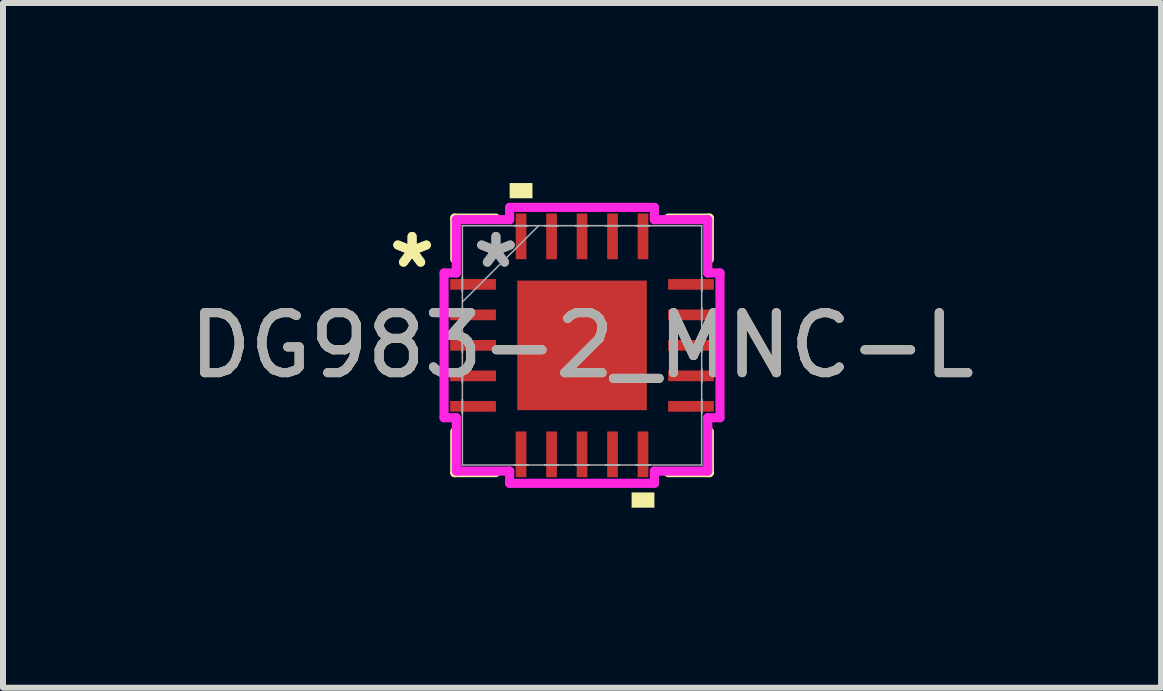
<source format=kicad_pcb>
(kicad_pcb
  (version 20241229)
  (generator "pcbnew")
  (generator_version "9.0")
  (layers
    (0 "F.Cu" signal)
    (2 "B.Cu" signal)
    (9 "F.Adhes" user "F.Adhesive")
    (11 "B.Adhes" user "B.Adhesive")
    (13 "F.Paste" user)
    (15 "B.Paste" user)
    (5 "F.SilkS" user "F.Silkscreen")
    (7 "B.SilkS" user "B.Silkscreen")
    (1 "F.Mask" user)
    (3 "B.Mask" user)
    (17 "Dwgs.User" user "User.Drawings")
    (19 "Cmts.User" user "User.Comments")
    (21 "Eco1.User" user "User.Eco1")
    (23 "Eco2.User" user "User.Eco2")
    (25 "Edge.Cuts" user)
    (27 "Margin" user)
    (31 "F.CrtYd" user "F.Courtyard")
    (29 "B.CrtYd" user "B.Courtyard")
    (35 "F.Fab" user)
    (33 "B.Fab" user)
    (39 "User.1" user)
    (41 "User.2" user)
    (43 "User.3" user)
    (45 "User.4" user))
  (footprint "DG983-2_MNC-L"
    (layer "F.Cu")
    (at 6.649 2.705)
    (property "Reference" "DG983-2_MNC-L" (at 0 0 0) (unlocked yes) (layer "F.SilkS") (effects (font (size 1 1) (thickness 0.15))))
    (attr smd)
    (fp_line (start -2.121 -2.121) (end -2.121 -1.438) (stroke (width 0.152) (type solid)) (layer "F.SilkS"))
    (fp_line (start -2.121 1.438) (end -2.121 2.121) (stroke (width 0.152) (type solid)) (layer "F.SilkS"))
    (fp_line (start -2.121 2.121) (end -1.438 2.121) (stroke (width 0.152) (type solid)) (layer "F.SilkS"))
    (fp_line (start -1.438 -2.121) (end -2.121 -2.121) (stroke (width 0.152) (type solid)) (layer "F.SilkS"))
    (fp_line (start 1.438 2.121) (end 2.121 2.121) (stroke (width 0.152) (type solid)) (layer "F.SilkS"))
    (fp_line (start 2.121 -2.121) (end 1.438 -2.121) (stroke (width 0.152) (type solid)) (layer "F.SilkS"))
    (fp_line (start 2.121 -1.438) (end 2.121 -2.121) (stroke (width 0.152) (type solid)) (layer "F.SilkS"))
    (fp_line (start 2.121 2.121) (end 2.121 1.438) (stroke (width 0.152) (type solid)) (layer "F.SilkS"))
    (fp_poly (pts (xy -1.206 -2.451) (xy -1.206 -2.705) (xy -0.826 -2.705) (xy -0.826 -2.451)) (stroke (width 0) (type solid)) (fill yes) (layer "F.SilkS"))
    (fp_poly (pts (xy 0.826 2.451) (xy 0.826 2.705) (xy 1.206 2.705) (xy 1.206 2.451)) (stroke (width 0) (type solid)) (fill yes) (layer "F.SilkS"))
    (fp_line (start -2.299 -1.206) (end -2.095 -1.206) (stroke (width 0.152) (type solid)) (layer "F.CrtYd"))
    (fp_line (start -2.299 1.206) (end -2.299 -1.206) (stroke (width 0.152) (type solid)) (layer "F.CrtYd"))
    (fp_line (start -2.095 -2.095) (end -1.206 -2.095) (stroke (width 0.152) (type solid)) (layer "F.CrtYd"))
    (fp_line (start -2.095 -1.206) (end -2.095 -2.095) (stroke (width 0.152) (type solid)) (layer "F.CrtYd"))
    (fp_line (start -2.095 1.206) (end -2.299 1.206) (stroke (width 0.152) (type solid)) (layer "F.CrtYd"))
    (fp_line (start -2.095 2.095) (end -2.095 1.206) (stroke (width 0.152) (type solid)) (layer "F.CrtYd"))
    (fp_line (start -1.206 -2.299) (end 1.206 -2.299) (stroke (width 0.152) (type solid)) (layer "F.CrtYd"))
    (fp_line (start -1.206 -2.095) (end -1.206 -2.299) (stroke (width 0.152) (type solid)) (layer "F.CrtYd"))
    (fp_line (start -1.206 2.095) (end -2.095 2.095) (stroke (width 0.152) (type solid)) (layer "F.CrtYd"))
    (fp_line (start -1.206 2.299) (end -1.206 2.095) (stroke (width 0.152) (type solid)) (layer "F.CrtYd"))
    (fp_line (start 1.206 -2.299) (end 1.206 -2.095) (stroke (width 0.152) (type solid)) (layer "F.CrtYd"))
    (fp_line (start 1.206 -2.095) (end 2.095 -2.095) (stroke (width 0.152) (type solid)) (layer "F.CrtYd"))
    (fp_line (start 1.206 2.095) (end 1.206 2.299) (stroke (width 0.152) (type solid)) (layer "F.CrtYd"))
    (fp_line (start 1.206 2.299) (end -1.206 2.299) (stroke (width 0.152) (type solid)) (layer "F.CrtYd"))
    (fp_line (start 2.095 -2.095) (end 2.095 -1.206) (stroke (width 0.152) (type solid)) (layer "F.CrtYd"))
    (fp_line (start 2.095 -1.206) (end 2.299 -1.206) (stroke (width 0.152) (type solid)) (layer "F.CrtYd"))
    (fp_line (start 2.095 1.206) (end 2.095 2.095) (stroke (width 0.152) (type solid)) (layer "F.CrtYd"))
    (fp_line (start 2.095 2.095) (end 1.206 2.095) (stroke (width 0.152) (type solid)) (layer "F.CrtYd"))
    (fp_line (start 2.299 -1.206) (end 2.299 1.206) (stroke (width 0.152) (type solid)) (layer "F.CrtYd"))
    (fp_line (start 2.299 1.206) (end 2.095 1.206) (stroke (width 0.152) (type solid)) (layer "F.CrtYd"))
    (fp_line (start -1.994 -1.994) (end -1.994 -1.994) (stroke (width 0.025) (type solid)) (layer "F.Fab"))
    (fp_line (start -1.994 -1.994) (end -1.994 1.994) (stroke (width 0.025) (type solid)) (layer "F.Fab"))
    (fp_line (start -1.994 -1.13) (end -1.994 -1.13) (stroke (width 0.025) (type solid)) (layer "F.Fab"))
    (fp_line (start -1.994 -1.13) (end -1.994 -0.902) (stroke (width 0.025) (type solid)) (layer "F.Fab"))
    (fp_line (start -1.994 -0.902) (end -1.994 -1.13) (stroke (width 0.025) (type solid)) (layer "F.Fab"))
    (fp_line (start -1.994 -0.902) (end -1.994 -0.902) (stroke (width 0.025) (type solid)) (layer "F.Fab"))
    (fp_line (start -1.994 -0.724) (end -0.724 -1.994) (stroke (width 0.025) (type solid)) (layer "F.Fab"))
    (fp_line (start -1.994 -0.622) (end -1.994 -0.622) (stroke (width 0.025) (type solid)) (layer "F.Fab"))
    (fp_line (start -1.994 -0.622) (end -1.994 -0.394) (stroke (width 0.025) (type solid)) (layer "F.Fab"))
    (fp_line (start -1.994 -0.394) (end -1.994 -0.622) (stroke (width 0.025) (type solid)) (layer "F.Fab"))
    (fp_line (start -1.994 -0.394) (end -1.994 -0.394) (stroke (width 0.025) (type solid)) (layer "F.Fab"))
    (fp_line (start -1.994 -0.114) (end -1.994 -0.114) (stroke (width 0.025) (type solid)) (layer "F.Fab"))
    (fp_line (start -1.994 -0.114) (end -1.994 0.114) (stroke (width 0.025) (type solid)) (layer "F.Fab"))
    (fp_line (start -1.994 0.114) (end -1.994 -0.114) (stroke (width 0.025) (type solid)) (layer "F.Fab"))
    (fp_line (start -1.994 0.114) (end -1.994 0.114) (stroke (width 0.025) (type solid)) (layer "F.Fab"))
    (fp_line (start -1.994 0.394) (end -1.994 0.394) (stroke (width 0.025) (type solid)) (layer "F.Fab"))
    (fp_line (start -1.994 0.394) (end -1.994 0.622) (stroke (width 0.025) (type solid)) (layer "F.Fab"))
    (fp_line (start -1.994 0.622) (end -1.994 0.394) (stroke (width 0.025) (type solid)) (layer "F.Fab"))
    (fp_line (start -1.994 0.622) (end -1.994 0.622) (stroke (width 0.025) (type solid)) (layer "F.Fab"))
    (fp_line (start -1.994 0.902) (end -1.994 0.902) (stroke (width 0.025) (type solid)) (layer "F.Fab"))
    (fp_line (start -1.994 0.902) (end -1.994 1.13) (stroke (width 0.025) (type solid)) (layer "F.Fab"))
    (fp_line (start -1.994 1.13) (end -1.994 0.902) (stroke (width 0.025) (type solid)) (layer "F.Fab"))
    (fp_line (start -1.994 1.13) (end -1.994 1.13) (stroke (width 0.025) (type solid)) (layer "F.Fab"))
    (fp_line (start -1.994 1.994) (end -1.994 1.994) (stroke (width 0.025) (type solid)) (layer "F.Fab"))
    (fp_line (start -1.994 1.994) (end 1.994 1.994) (stroke (width 0.025) (type solid)) (layer "F.Fab"))
    (fp_line (start -1.13 -1.994) (end -1.13 -1.994) (stroke (width 0.025) (type solid)) (layer "F.Fab"))
    (fp_line (start -1.13 -1.994) (end -0.902 -1.994) (stroke (width 0.025) (type solid)) (layer "F.Fab"))
    (fp_line (start -1.13 1.994) (end -1.13 1.994) (stroke (width 0.025) (type solid)) (layer "F.Fab"))
    (fp_line (start -1.13 1.994) (end -0.902 1.994) (stroke (width 0.025) (type solid)) (layer "F.Fab"))
    (fp_line (start -0.902 -1.994) (end -1.13 -1.994) (stroke (width 0.025) (type solid)) (layer "F.Fab"))
    (fp_line (start -0.902 -1.994) (end -0.902 -1.994) (stroke (width 0.025) (type solid)) (layer "F.Fab"))
    (fp_line (start -0.902 1.994) (end -1.13 1.994) (stroke (width 0.025) (type solid)) (layer "F.Fab"))
    (fp_line (start -0.902 1.994) (end -0.902 1.994) (stroke (width 0.025) (type solid)) (layer "F.Fab"))
    (fp_line (start -0.622 -1.994) (end -0.622 -1.994) (stroke (width 0.025) (type solid)) (layer "F.Fab"))
    (fp_line (start -0.622 -1.994) (end -0.394 -1.994) (stroke (width 0.025) (type solid)) (layer "F.Fab"))
    (fp_line (start -0.622 1.994) (end -0.622 1.994) (stroke (width 0.025) (type solid)) (layer "F.Fab"))
    (fp_line (start -0.622 1.994) (end -0.394 1.994) (stroke (width 0.025) (type solid)) (layer "F.Fab"))
    (fp_line (start -0.394 -1.994) (end -0.622 -1.994) (stroke (width 0.025) (type solid)) (layer "F.Fab"))
    (fp_line (start -0.394 -1.994) (end -0.394 -1.994) (stroke (width 0.025) (type solid)) (layer "F.Fab"))
    (fp_line (start -0.394 1.994) (end -0.622 1.994) (stroke (width 0.025) (type solid)) (layer "F.Fab"))
    (fp_line (start -0.394 1.994) (end -0.394 1.994) (stroke (width 0.025) (type solid)) (layer "F.Fab"))
    (fp_line (start -0.114 -1.994) (end -0.114 -1.994) (stroke (width 0.025) (type solid)) (layer "F.Fab"))
    (fp_line (start -0.114 -1.994) (end 0.114 -1.994) (stroke (width 0.025) (type solid)) (layer "F.Fab"))
    (fp_line (start -0.114 1.994) (end -0.114 1.994) (stroke (width 0.025) (type solid)) (layer "F.Fab"))
    (fp_line (start -0.114 1.994) (end 0.114 1.994) (stroke (width 0.025) (type solid)) (layer "F.Fab"))
    (fp_line (start 0.114 -1.994) (end -0.114 -1.994) (stroke (width 0.025) (type solid)) (layer "F.Fab"))
    (fp_line (start 0.114 -1.994) (end 0.114 -1.994) (stroke (width 0.025) (type solid)) (layer "F.Fab"))
    (fp_line (start 0.114 1.994) (end -0.114 1.994) (stroke (width 0.025) (type solid)) (layer "F.Fab"))
    (fp_line (start 0.114 1.994) (end 0.114 1.994) (stroke (width 0.025) (type solid)) (layer "F.Fab"))
    (fp_line (start 0.394 -1.994) (end 0.394 -1.994) (stroke (width 0.025) (type solid)) (layer "F.Fab"))
    (fp_line (start 0.394 -1.994) (end 0.622 -1.994) (stroke (width 0.025) (type solid)) (layer "F.Fab"))
    (fp_line (start 0.394 1.994) (end 0.394 1.994) (stroke (width 0.025) (type solid)) (layer "F.Fab"))
    (fp_line (start 0.394 1.994) (end 0.622 1.994) (stroke (width 0.025) (type solid)) (layer "F.Fab"))
    (fp_line (start 0.622 -1.994) (end 0.394 -1.994) (stroke (width 0.025) (type solid)) (layer "F.Fab"))
    (fp_line (start 0.622 -1.994) (end 0.622 -1.994) (stroke (width 0.025) (type solid)) (layer "F.Fab"))
    (fp_line (start 0.622 1.994) (end 0.394 1.994) (stroke (width 0.025) (type solid)) (layer "F.Fab"))
    (fp_line (start 0.622 1.994) (end 0.622 1.994) (stroke (width 0.025) (type solid)) (layer "F.Fab"))
    (fp_line (start 0.902 -1.994) (end 0.902 -1.994) (stroke (width 0.025) (type solid)) (layer "F.Fab"))
    (fp_line (start 0.902 -1.994) (end 1.13 -1.994) (stroke (width 0.025) (type solid)) (layer "F.Fab"))
    (fp_line (start 0.902 1.994) (end 0.902 1.994) (stroke (width 0.025) (type solid)) (layer "F.Fab"))
    (fp_line (start 0.902 1.994) (end 1.13 1.994) (stroke (width 0.025) (type solid)) (layer "F.Fab"))
    (fp_line (start 1.13 -1.994) (end 0.902 -1.994) (stroke (width 0.025) (type solid)) (layer "F.Fab"))
    (fp_line (start 1.13 -1.994) (end 1.13 -1.994) (stroke (width 0.025) (type solid)) (layer "F.Fab"))
    (fp_line (start 1.13 1.994) (end 0.902 1.994) (stroke (width 0.025) (type solid)) (layer "F.Fab"))
    (fp_line (start 1.13 1.994) (end 1.13 1.994) (stroke (width 0.025) (type solid)) (layer "F.Fab"))
    (fp_line (start 1.994 -1.994) (end -1.994 -1.994) (stroke (width 0.025) (type solid)) (layer "F.Fab"))
    (fp_line (start 1.994 -1.994) (end 1.994 -1.994) (stroke (width 0.025) (type solid)) (layer "F.Fab"))
    (fp_line (start 1.994 -1.13) (end 1.994 -1.13) (stroke (width 0.025) (type solid)) (layer "F.Fab"))
    (fp_line (start 1.994 -1.13) (end 1.994 -0.902) (stroke (width 0.025) (type solid)) (layer "F.Fab"))
    (fp_line (start 1.994 -0.902) (end 1.994 -1.13) (stroke (width 0.025) (type solid)) (layer "F.Fab"))
    (fp_line (start 1.994 -0.902) (end 1.994 -0.902) (stroke (width 0.025) (type solid)) (layer "F.Fab"))
    (fp_line (start 1.994 -0.622) (end 1.994 -0.622) (stroke (width 0.025) (type solid)) (layer "F.Fab"))
    (fp_line (start 1.994 -0.622) (end 1.994 -0.394) (stroke (width 0.025) (type solid)) (layer "F.Fab"))
    (fp_line (start 1.994 -0.394) (end 1.994 -0.622) (stroke (width 0.025) (type solid)) (layer "F.Fab"))
    (fp_line (start 1.994 -0.394) (end 1.994 -0.394) (stroke (width 0.025) (type solid)) (layer "F.Fab"))
    (fp_line (start 1.994 -0.114) (end 1.994 -0.114) (stroke (width 0.025) (type solid)) (layer "F.Fab"))
    (fp_line (start 1.994 -0.114) (end 1.994 0.114) (stroke (width 0.025) (type solid)) (layer "F.Fab"))
    (fp_line (start 1.994 0.114) (end 1.994 -0.114) (stroke (width 0.025) (type solid)) (layer "F.Fab"))
    (fp_line (start 1.994 0.114) (end 1.994 0.114) (stroke (width 0.025) (type solid)) (layer "F.Fab"))
    (fp_line (start 1.994 0.394) (end 1.994 0.394) (stroke (width 0.025) (type solid)) (layer "F.Fab"))
    (fp_line (start 1.994 0.394) (end 1.994 0.622) (stroke (width 0.025) (type solid)) (layer "F.Fab"))
    (fp_line (start 1.994 0.622) (end 1.994 0.394) (stroke (width 0.025) (type solid)) (layer "F.Fab"))
    (fp_line (start 1.994 0.622) (end 1.994 0.622) (stroke (width 0.025) (type solid)) (layer "F.Fab"))
    (fp_line (start 1.994 0.902) (end 1.994 0.902) (stroke (width 0.025) (type solid)) (layer "F.Fab"))
    (fp_line (start 1.994 0.902) (end 1.994 1.13) (stroke (width 0.025) (type solid)) (layer "F.Fab"))
    (fp_line (start 1.994 1.13) (end 1.994 0.902) (stroke (width 0.025) (type solid)) (layer "F.Fab"))
    (fp_line (start 1.994 1.13) (end 1.994 1.13) (stroke (width 0.025) (type solid)) (layer "F.Fab"))
    (fp_line (start 1.994 1.994) (end 1.994 -1.994) (stroke (width 0.025) (type solid)) (layer "F.Fab"))
    (fp_line (start 1.994 1.994) (end 1.994 1.994) (stroke (width 0.025) (type solid)) (layer "F.Fab"))
    (fp_text user "*" (at -2.832 -1.27 0) (unlocked yes) (layer "F.SilkS") (effects (font (size 1 1) (thickness 0.15))))
    (fp_text user "*" (at -2.832 -1.27 0) (layer "F.SilkS") (effects (font (size 1 1) (thickness 0.15))))
    (fp_text user "*" (at -1.435 -1.27 0) (unlocked yes) (layer "F.Fab") (effects (font (size 1 1) (thickness 0.15))))
    (fp_text user "*" (at -1.435 -1.27 0) (layer "F.Fab") (effects (font (size 1 1) (thickness 0.15))))
    (fp_text user "${REFERENCE}" (at 0 0 0) (unlocked yes) (layer "F.Fab") (effects (font (size 1 1) (thickness 0.15))))
    (pad "1" smd rect (at -1.816 -1.016 90) (size 0.178 0.762) (layers "F.Cu" "F.Mask" "F.Paste"))
    (pad "2" smd rect (at -1.816 -0.508 90) (size 0.178 0.762) (layers "F.Cu" "F.Mask" "F.Paste"))
    (pad "3" smd rect (at -1.816 0 90) (size 0.178 0.762) (layers "F.Cu" "F.Mask" "F.Paste"))
    (pad "4" smd rect (at -1.816 0.508 90) (size 0.178 0.762) (layers "F.Cu" "F.Mask" "F.Paste"))
    (pad "5" smd rect (at -1.816 1.016 90) (size 0.178 0.762) (layers "F.Cu" "F.Mask" "F.Paste"))
    (pad "6" smd rect (at -1.016 1.816) (size 0.178 0.762) (layers "F.Cu" "F.Mask" "F.Paste"))
    (pad "7" smd rect (at -0.508 1.816) (size 0.178 0.762) (layers "F.Cu" "F.Mask" "F.Paste"))
    (pad "8" smd rect (at 0 1.816) (size 0.178 0.762) (layers "F.Cu" "F.Mask" "F.Paste"))
    (pad "9" smd rect (at 0.508 1.816) (size 0.178 0.762) (layers "F.Cu" "F.Mask" "F.Paste"))
    (pad "10" smd rect (at 1.016 1.816) (size 0.178 0.762) (layers "F.Cu" "F.Mask" "F.Paste"))
    (pad "11" smd rect (at 1.816 1.016 90) (size 0.178 0.762) (layers "F.Cu" "F.Mask" "F.Paste"))
    (pad "12" smd rect (at 1.816 0.508 90) (size 0.178 0.762) (layers "F.Cu" "F.Mask" "F.Paste"))
    (pad "13" smd rect (at 1.816 0 90) (size 0.178 0.762) (layers "F.Cu" "F.Mask" "F.Paste"))
    (pad "14" smd rect (at 1.816 -0.508 90) (size 0.178 0.762) (layers "F.Cu" "F.Mask" "F.Paste"))
    (pad "15" smd rect (at 1.816 -1.016 90) (size 0.178 0.762) (layers "F.Cu" "F.Mask" "F.Paste"))
    (pad "16" smd rect (at 1.016 -1.816) (size 0.178 0.762) (layers "F.Cu" "F.Mask" "F.Paste"))
    (pad "17" smd rect (at 0.508 -1.816) (size 0.178 0.762) (layers "F.Cu" "F.Mask" "F.Paste"))
    (pad "18" smd rect (at 0 -1.816) (size 0.178 0.762) (layers "F.Cu" "F.Mask" "F.Paste"))
    (pad "19" smd rect (at -0.508 -1.816) (size 0.178 0.762) (layers "F.Cu" "F.Mask" "F.Paste"))
    (pad "20" smd rect (at -1.016 -1.816) (size 0.178 0.762) (layers "F.Cu" "F.Mask" "F.Paste"))
    (pad "21" smd rect (at 0 0) (size 2.159 2.159) (layers "F.Cu" "F.Mask" "F.Paste")))
  (gr_rect
    (start -3 -3)
    (end 16.298 8.41)
    (stroke (width 0.1) (type default))
    (fill no)
    (layer "Edge.Cuts")))
</source>
